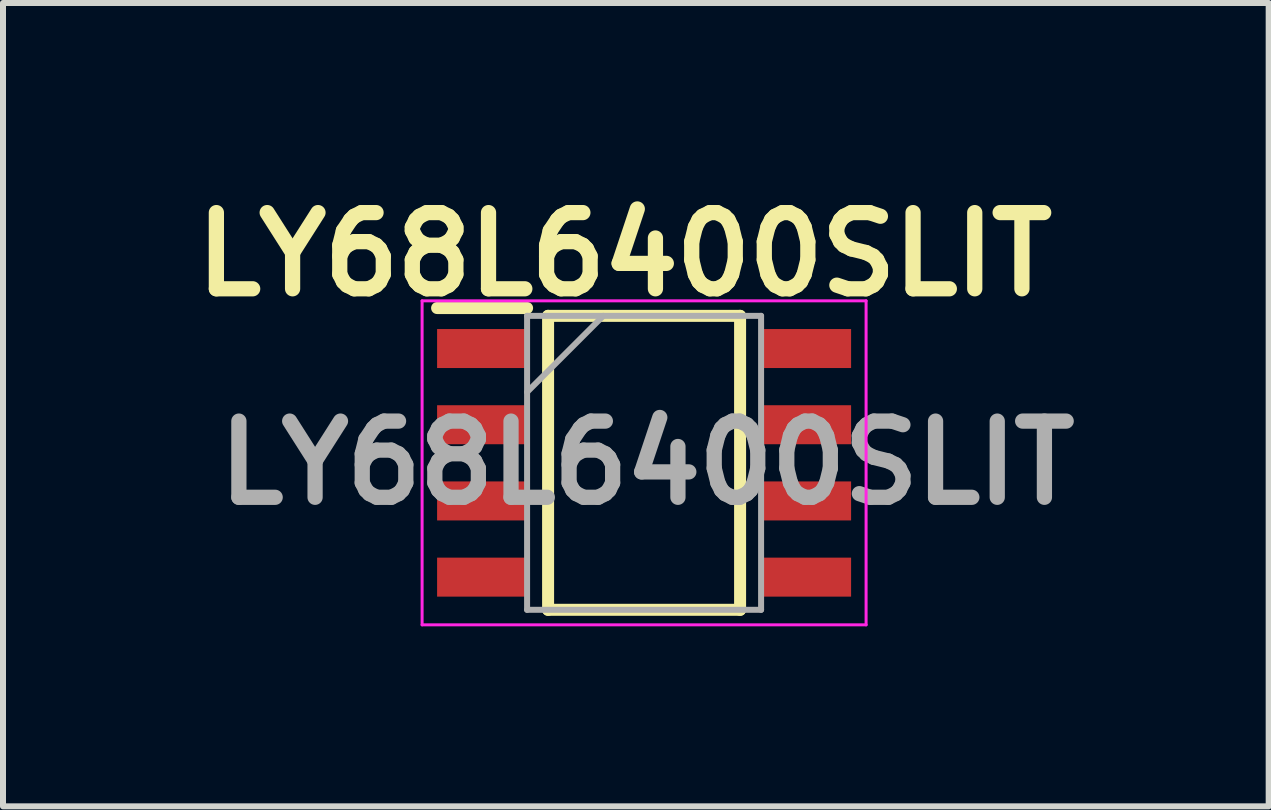
<source format=kicad_pcb>
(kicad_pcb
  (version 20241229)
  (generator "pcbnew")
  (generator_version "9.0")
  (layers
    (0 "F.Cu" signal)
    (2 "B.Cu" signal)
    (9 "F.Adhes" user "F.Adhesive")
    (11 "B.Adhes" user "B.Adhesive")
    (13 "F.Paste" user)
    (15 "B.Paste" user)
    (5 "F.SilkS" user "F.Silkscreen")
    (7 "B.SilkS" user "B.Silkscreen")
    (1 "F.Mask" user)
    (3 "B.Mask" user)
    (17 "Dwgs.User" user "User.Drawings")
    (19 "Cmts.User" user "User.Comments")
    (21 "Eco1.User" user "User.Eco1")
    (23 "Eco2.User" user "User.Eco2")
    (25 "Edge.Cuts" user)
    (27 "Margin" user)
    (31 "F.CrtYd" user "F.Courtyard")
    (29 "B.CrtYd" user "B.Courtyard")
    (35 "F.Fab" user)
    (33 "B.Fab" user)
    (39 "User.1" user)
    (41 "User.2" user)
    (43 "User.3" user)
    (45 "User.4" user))
  (footprint "LY68L6400SLIT"
    (layer "F.Cu")
    (at 7.685 4.664)
    (property "Reference" "LY68L6400SLIT" (at -0.325 -3.475 0) (layer "F.SilkS") (effects (font (size 1.27 1.27) (thickness 0.254))))
    (attr smd)
    (fp_line (start -3.45 -2.58) (end -1.95 -2.58) (stroke (width 0.2) (type solid)) (layer "F.SilkS"))
    (fp_line (start -1.6 -2.45) (end 1.6 -2.45) (stroke (width 0.2) (type solid)) (layer "F.SilkS"))
    (fp_line (start -1.6 2.45) (end -1.6 -2.45) (stroke (width 0.2) (type solid)) (layer "F.SilkS"))
    (fp_line (start 1.6 -2.45) (end 1.6 2.45) (stroke (width 0.2) (type solid)) (layer "F.SilkS"))
    (fp_line (start 1.6 2.45) (end -1.6 2.45) (stroke (width 0.2) (type solid)) (layer "F.SilkS"))
    (fp_line (start -3.7 -2.7) (end 3.7 -2.7) (stroke (width 0.05) (type solid)) (layer "F.CrtYd"))
    (fp_line (start -3.7 2.7) (end -3.7 -2.7) (stroke (width 0.05) (type solid)) (layer "F.CrtYd"))
    (fp_line (start 3.7 -2.7) (end 3.7 2.7) (stroke (width 0.05) (type solid)) (layer "F.CrtYd"))
    (fp_line (start 3.7 2.7) (end -3.7 2.7) (stroke (width 0.05) (type solid)) (layer "F.CrtYd"))
    (fp_line (start -1.95 -2.45) (end 1.95 -2.45) (stroke (width 0.1) (type solid)) (layer "F.Fab"))
    (fp_line (start -1.95 -1.18) (end -0.68 -2.45) (stroke (width 0.1) (type solid)) (layer "F.Fab"))
    (fp_line (start -1.95 2.45) (end -1.95 -2.45) (stroke (width 0.1) (type solid)) (layer "F.Fab"))
    (fp_line (start 1.95 -2.45) (end 1.95 2.45) (stroke (width 0.1) (type solid)) (layer "F.Fab"))
    (fp_line (start 1.95 2.45) (end -1.95 2.45) (stroke (width 0.1) (type solid)) (layer "F.Fab"))
    (fp_text user "${REFERENCE}" (at 0.05 0 0) (layer "F.Fab") (effects (font (size 1.27 1.27) (thickness 0.254))))
    (pad "1" smd rect (at -2.7 -1.905 90) (size 0.65 1.5) (layers "F.Cu" "F.Mask" "F.Paste"))
    (pad "2" smd rect (at -2.7 -0.635 90) (size 0.65 1.5) (layers "F.Cu" "F.Mask" "F.Paste"))
    (pad "3" smd rect (at -2.7 0.635 90) (size 0.65 1.5) (layers "F.Cu" "F.Mask" "F.Paste"))
    (pad "4" smd rect (at -2.7 1.905 90) (size 0.65 1.5) (layers "F.Cu" "F.Mask" "F.Paste"))
    (pad "5" smd rect (at 2.7 1.905 90) (size 0.65 1.5) (layers "F.Cu" "F.Mask" "F.Paste"))
    (pad "6" smd rect (at 2.7 0.635 90) (size 0.65 1.5) (layers "F.Cu" "F.Mask" "F.Paste"))
    (pad "7" smd rect (at 2.7 -0.635 90) (size 0.65 1.5) (layers "F.Cu" "F.Mask" "F.Paste"))
    (pad "8" smd rect (at 2.7 -1.905 90) (size 0.65 1.5) (layers "F.Cu" "F.Mask" "F.Paste")))
  (gr_rect
    (start -3 -3)
    (end 18.095 10.389)
    (stroke (width 0.1) (type default))
    (fill no)
    (layer "Edge.Cuts")))
</source>
